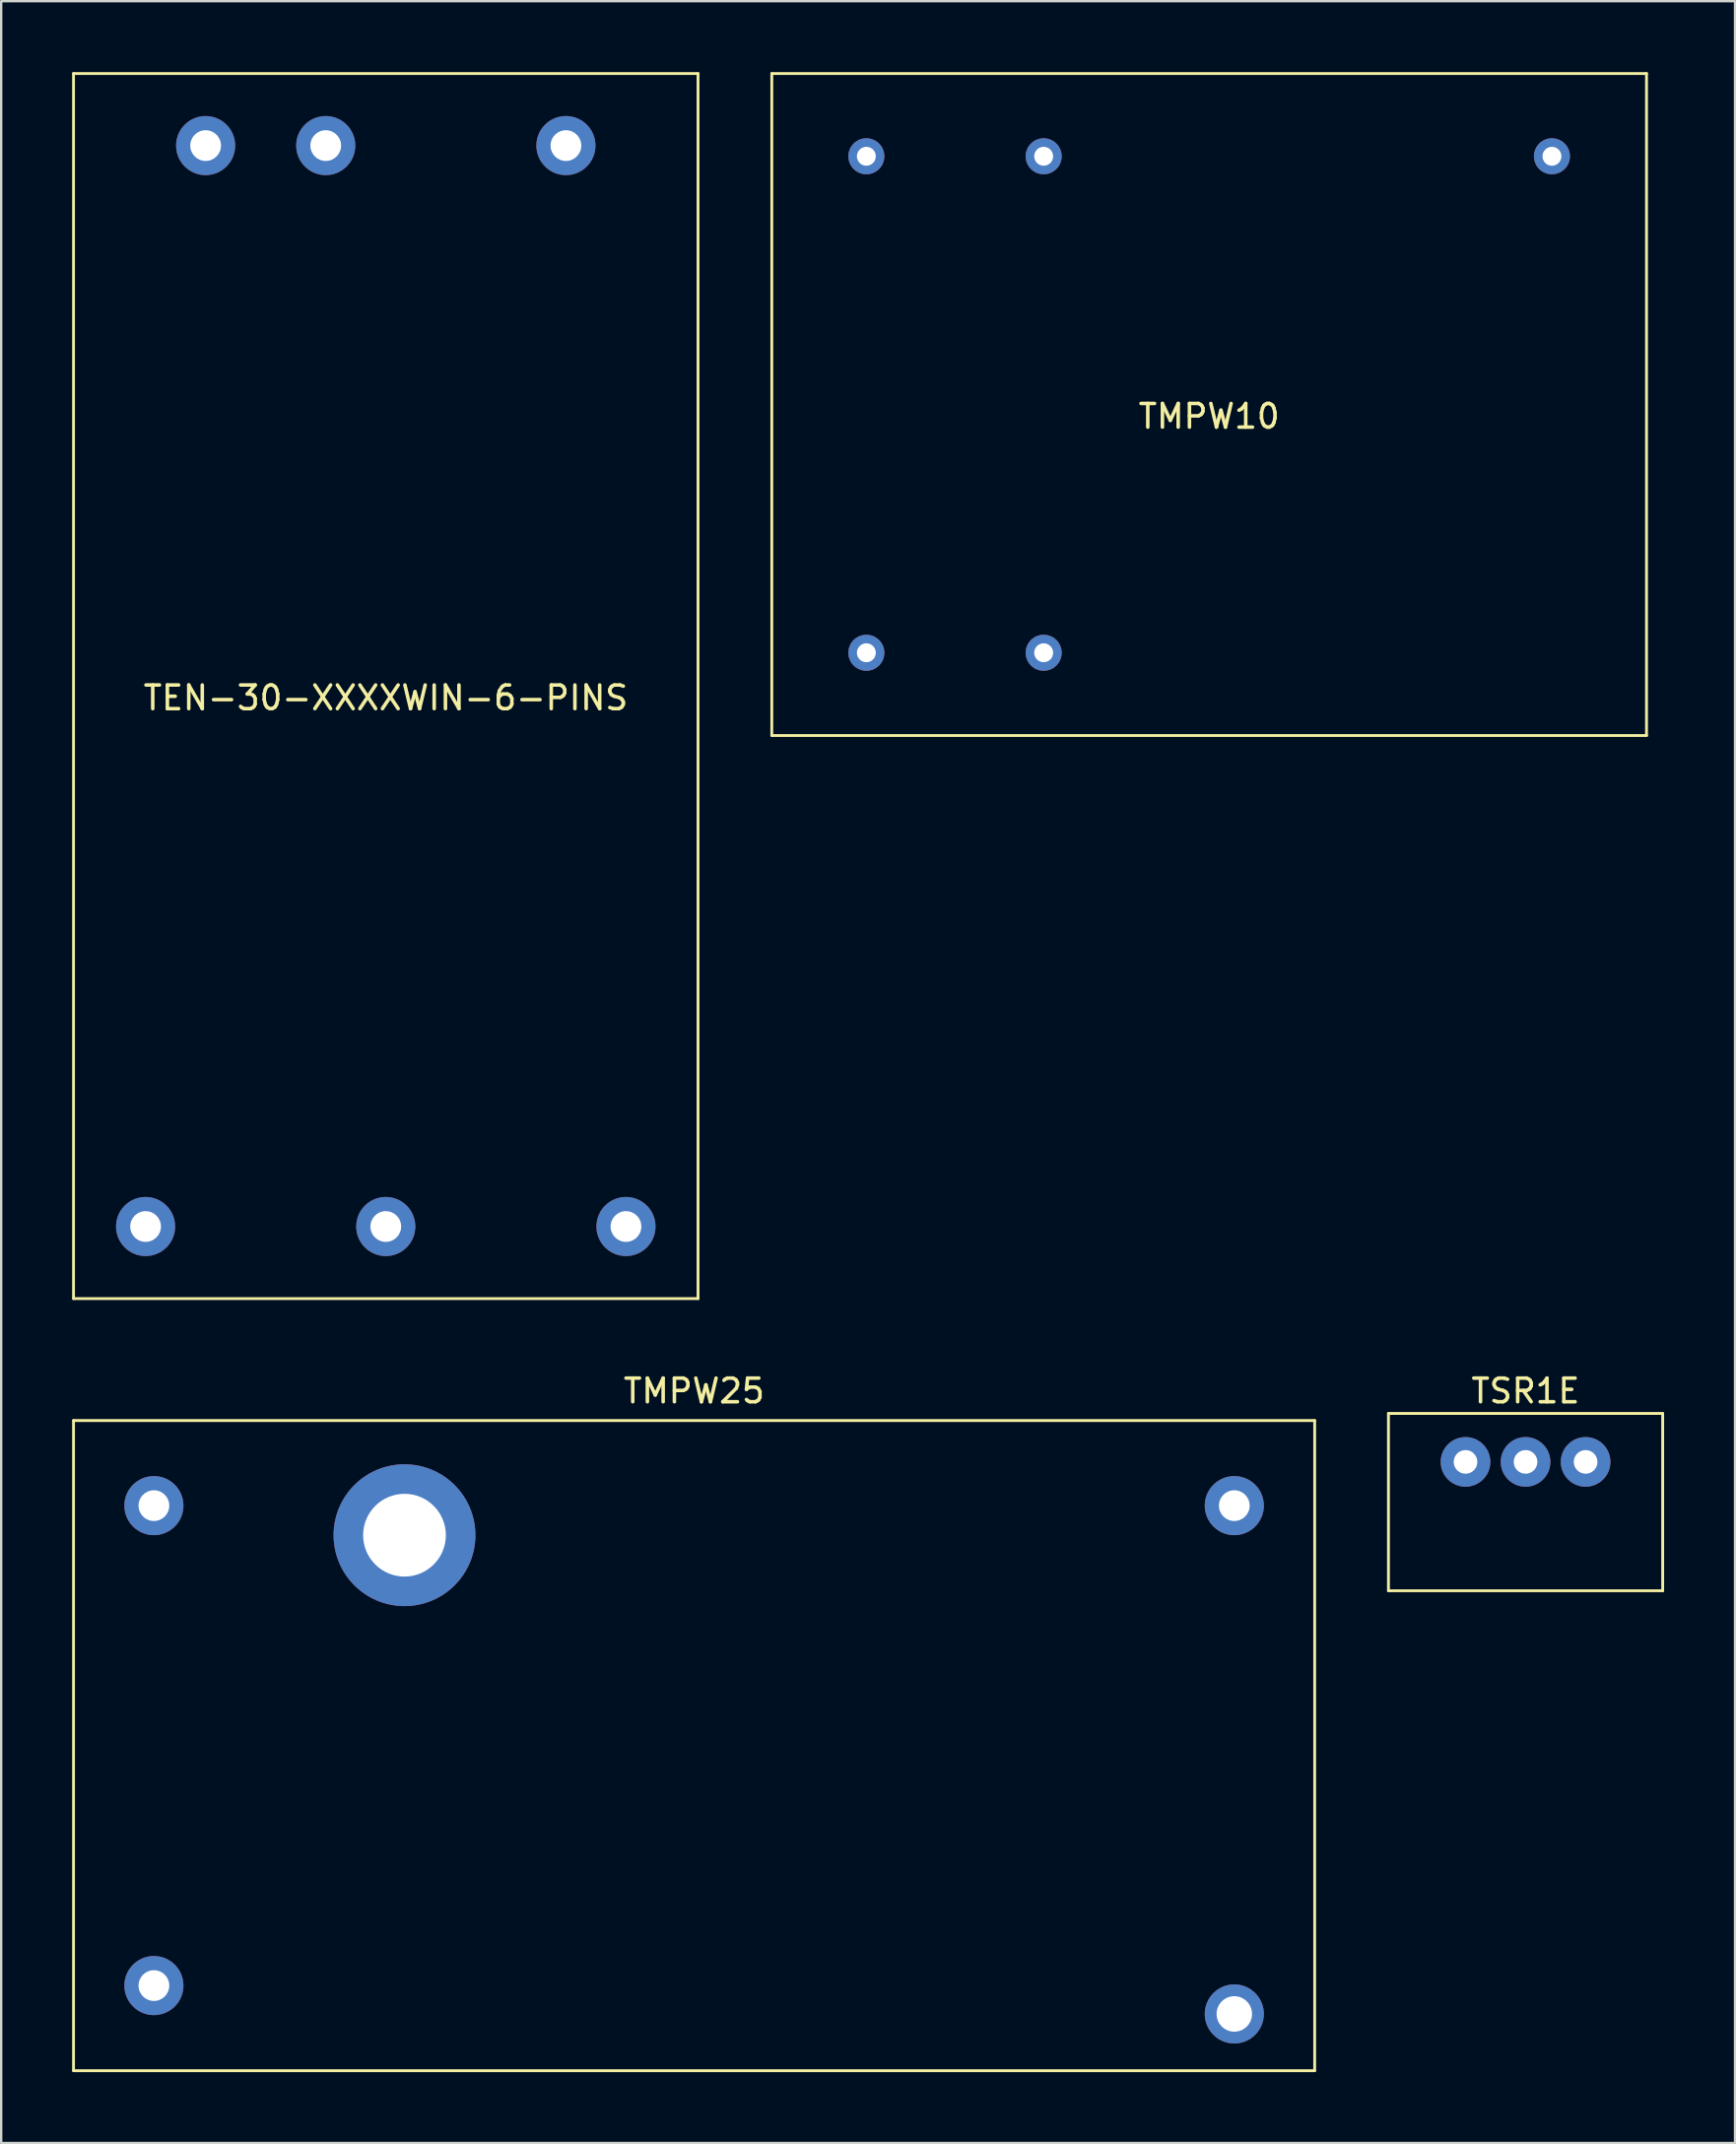
<source format=kicad_pcb>
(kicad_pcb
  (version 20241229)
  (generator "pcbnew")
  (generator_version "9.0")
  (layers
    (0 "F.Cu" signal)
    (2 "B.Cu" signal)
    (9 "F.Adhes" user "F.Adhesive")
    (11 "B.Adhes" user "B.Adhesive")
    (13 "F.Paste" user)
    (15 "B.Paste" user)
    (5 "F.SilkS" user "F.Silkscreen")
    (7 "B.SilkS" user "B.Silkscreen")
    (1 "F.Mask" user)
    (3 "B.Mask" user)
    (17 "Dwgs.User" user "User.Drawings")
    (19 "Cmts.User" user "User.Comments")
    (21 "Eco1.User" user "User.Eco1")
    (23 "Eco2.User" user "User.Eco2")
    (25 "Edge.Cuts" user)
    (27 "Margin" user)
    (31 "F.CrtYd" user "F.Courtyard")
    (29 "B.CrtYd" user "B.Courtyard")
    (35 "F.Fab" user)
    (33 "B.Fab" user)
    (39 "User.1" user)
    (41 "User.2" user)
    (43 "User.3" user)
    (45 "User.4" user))
  (footprint "TEN-30-XXXXWIN-6-PINS"
    (layer "F.Cu")
    (at 13.268 25.968)
    (property "Reference" "TEN-30-XXXXWIN-6-PINS" (at 0 0.5 0) (layer "F.SilkS") (effects (font (size 1 1) (thickness 0.15))))
    (attr through_hole)
    (fp_line (start -13.208 -25.908) (end -13.208 25.908) (stroke (width 0.12) (type solid)) (layer "F.SilkS"))
    (fp_line (start -13.208 25.908) (end 13.208 25.908) (stroke (width 0.12) (type solid)) (layer "F.SilkS"))
    (fp_line (start 13.208 -25.908) (end -13.208 -25.908) (stroke (width 0.12) (type solid)) (layer "F.SilkS"))
    (fp_line (start 13.208 25.908) (end 13.208 -25.908) (stroke (width 0.12) (type solid)) (layer "F.SilkS"))
    (pad "1" thru_hole circle (at -7.62 -22.86) (size 2.5 2.5) (drill 1.3) (layers "*.Cu" "*.Mask"))
    (pad "2" thru_hole circle (at -2.54 -22.86) (size 2.5 2.5) (drill 1.3) (layers "*.Cu" "*.Mask"))
    (pad "3" thru_hole circle (at 7.62 -22.86) (size 2.5 2.5) (drill 1.3) (layers "*.Cu" "*.Mask"))
    (pad "4" thru_hole circle (at -10.16 22.86) (size 2.5 2.5) (drill 1.3) (layers "*.Cu" "*.Mask"))
    (pad "5" thru_hole circle (at 0 22.86) (size 2.5 2.5) (drill 1.3) (layers "*.Cu" "*.Mask"))
    (pad "6" thru_hole circle (at 10.16 22.86) (size 2.5 2.5) (drill 1.3) (layers "*.Cu" "*.Mask")))
  (footprint "TSR1E"
    (layer "F.Cu")
    (at 61.48 58.784)
    (property "Reference" "TSR1E" (at 0 -3 0) (layer "F.SilkS") (effects (font (size 1 1) (thickness 0.15))))
    (attr through_hole)
    (fp_line (start -5.8 -2.05) (end 5.8 -2.05) (stroke (width 0.12) (type solid)) (layer "F.SilkS"))
    (fp_line (start -5.8 5.45) (end -5.8 -2.05) (stroke (width 0.12) (type solid)) (layer "F.SilkS"))
    (fp_line (start 5.8 -2.05) (end 5.8 5.45) (stroke (width 0.12) (type solid)) (layer "F.SilkS"))
    (fp_line (start 5.8 5.45) (end -5.8 5.45) (stroke (width 0.12) (type solid)) (layer "F.SilkS"))
    (pad "1" thru_hole circle (at -2.54 0) (size 2.1 2.1) (drill 1) (layers "*.Cu" "*.Mask"))
    (pad "2" thru_hole circle (at 0 0) (size 2.1 2.1) (drill 1) (layers "*.Cu" "*.Mask"))
    (pad "3" thru_hole circle (at 2.54 0) (size 2.1 2.1) (drill 1) (layers "*.Cu" "*.Mask")))
  (footprint "TMPW25"
    (layer "F.Cu")
    (at 26.31 70.784)
    (property "Reference" "TMPW25" (at 0 -15 0) (layer "F.SilkS") (effects (font (size 1 1) (thickness 0.15))))
    (attr through_hole)
    (fp_line (start -26.25 -13.75) (end -26.25 13.75) (stroke (width 0.12) (type solid)) (layer "F.SilkS"))
    (fp_line (start -26.25 -13.75) (end 26.25 -13.75) (stroke (width 0.12) (type solid)) (layer "F.SilkS"))
    (fp_line (start 26.25 -13.75) (end 26.25 13.75) (stroke (width 0.12) (type solid)) (layer "F.SilkS"))
    (fp_line (start 26.25 13.75) (end -26.25 13.75) (stroke (width 0.12) (type solid)) (layer "F.SilkS"))
    (pad "" thru_hole circle (at -12.25 -8.9) (size 6 6) (drill 3.5) (layers "*.Cu" "*.Mask"))
    (pad "1" thru_hole circle (at -22.85 -10.15) (size 2.5 2.5) (drill 1.3) (layers "*.Cu" "*.Mask"))
    (pad "2" thru_hole circle (at -22.85 10.15) (size 2.5 2.5) (drill 1.3) (layers "*.Cu" "*.Mask"))
    (pad "3" thru_hole circle (at 22.85 -10.15) (size 2.5 2.5) (drill 1.3) (layers "*.Cu" "*.Mask"))
    (pad "4" thru_hole circle (at 22.85 11.35) (size 2.5 2.5) (drill 1.5) (layers "*.Cu" "*.Mask")))
  (footprint "TMPW10"
    (layer "F.Cu")
    (at 48.096 14.06)
    (property "Reference" "TMPW10" (at 0 0.5 0) (layer "F.SilkS") (effects (font (size 1 1) (thickness 0.15))))
    (attr through_hole)
    (fp_line (start -18.5 -14) (end 18.5 -14) (stroke (width 0.12) (type solid)) (layer "F.SilkS"))
    (fp_line (start -18.5 14) (end -18.5 -14) (stroke (width 0.12) (type solid)) (layer "F.SilkS"))
    (fp_line (start 18.5 -14) (end 18.5 14) (stroke (width 0.12) (type solid)) (layer "F.SilkS"))
    (fp_line (start 18.5 14) (end -18.5 14) (stroke (width 0.12) (type solid)) (layer "F.SilkS"))
    (pad "1" thru_hole circle (at -7 10.5) (size 1.524 1.524) (drill 0.8) (layers "*.Cu" "*.Mask"))
    (pad "2" thru_hole circle (at -14.5 10.5) (size 1.524 1.524) (drill 0.8) (layers "*.Cu" "*.Mask"))
    (pad "3" thru_hole circle (at -14.5 -10.5) (size 1.524 1.524) (drill 0.8) (layers "*.Cu" "*.Mask"))
    (pad "4" thru_hole circle (at -7 -10.5) (size 1.524 1.524) (drill 0.8) (layers "*.Cu" "*.Mask"))
    (pad "5" thru_hole circle (at 14.5 -10.5) (size 1.524 1.524) (drill 0.8) (layers "*.Cu" "*.Mask")))
  (gr_rect
    (start -3 -3)
    (end 70.34 87.594)
    (stroke (width 0.1) (type default))
    (fill no)
    (layer "Edge.Cuts")))
</source>
